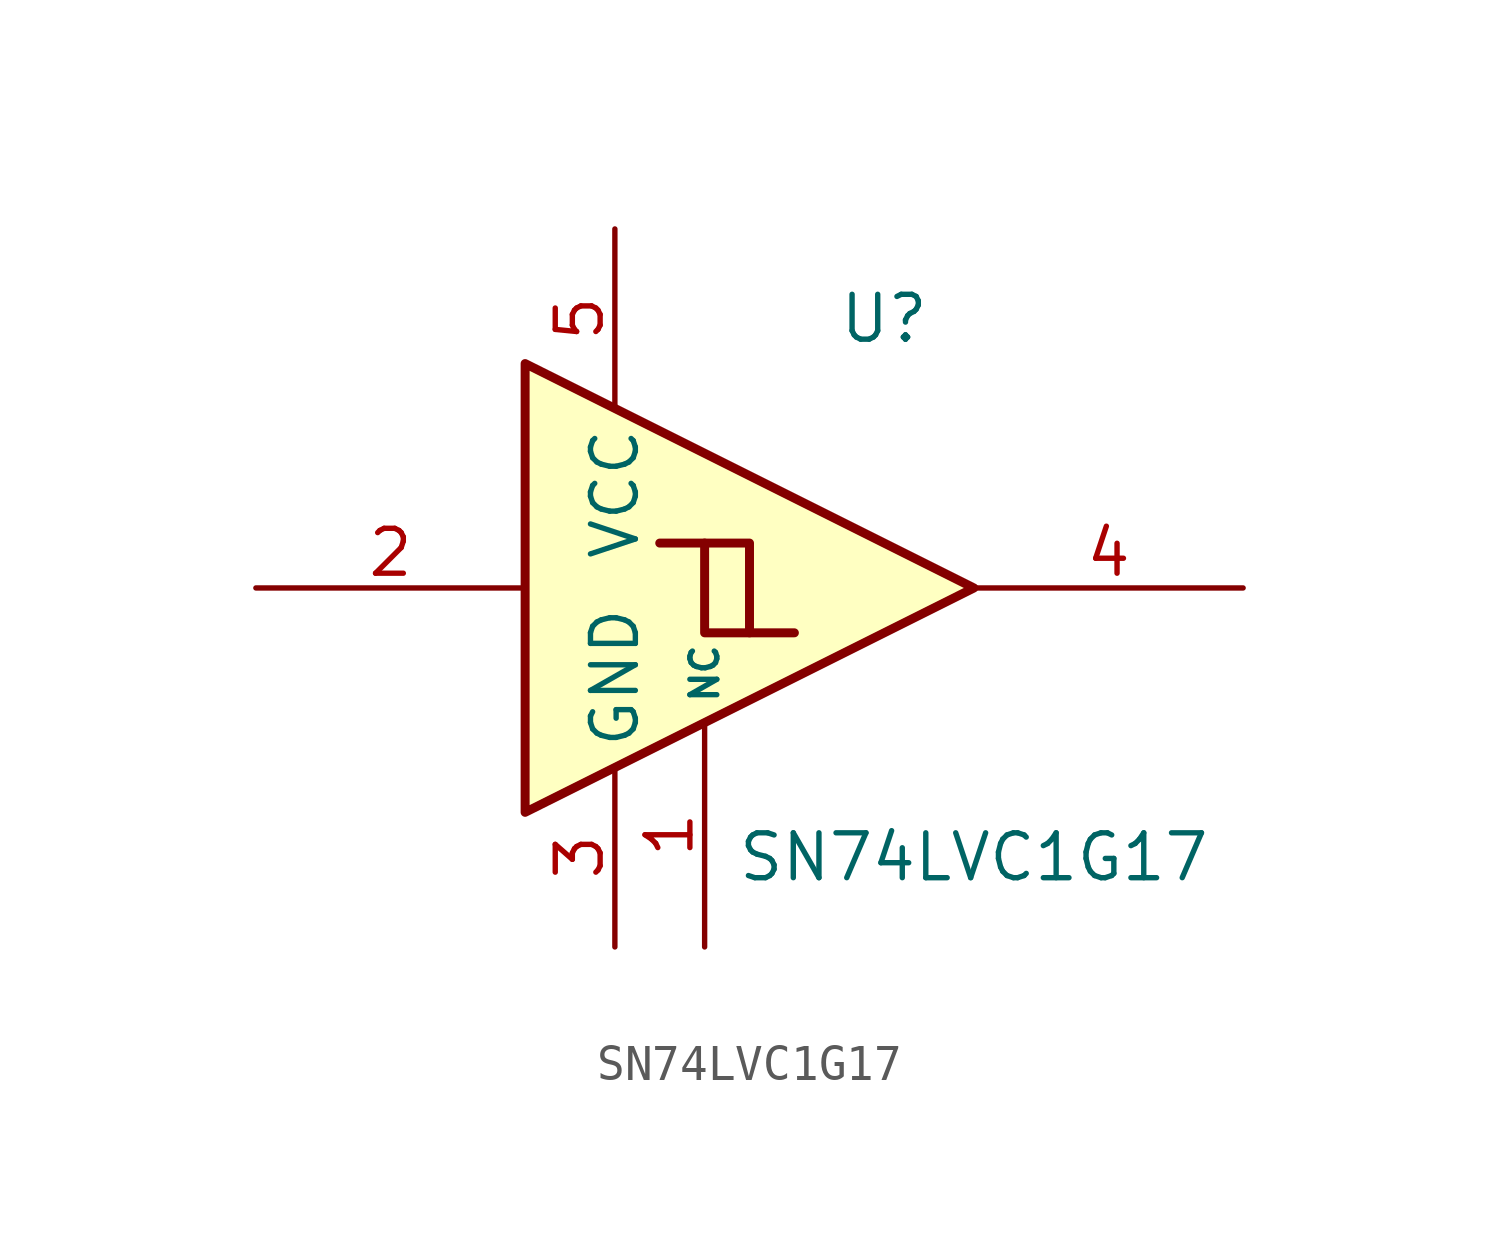
<source format=kicad_sym>
(kicad_symbol_lib
  (version 20220914)
  (generator kicad_symbol_editor)
  (symbol "SN74LVC1G17"
    (property "Reference" "U"
      (at 2.54 7.62 0)
      (effects (font (size 1.27 1.27))))
    (property "Value" "SN74LVC1G17"
      (at 5.08 -7.62 0)
      (effects (font (size 1.27 1.27))))
    (symbol "SN74LVC1G17_0_1"
      (polyline (pts (xy -2.54 1.27) (xy -1.27 1.27) (xy -1.27 -1.27)) (stroke (width 0.254) (type default)) (fill (type background)))
      (polyline (pts (xy -7.62 6.35) (xy -7.62 -6.35) (xy 5.08 0) (xy -7.62 6.35)) (stroke (width 0.254) (type default)) (fill (type background)))
      (polyline (pts (xy -3.81 1.27) (xy -2.54 1.27) (xy -2.54 -1.27) (xy 0 -1.27)) (stroke (width 0.254) (type default)) (fill (type background))))
    (symbol "SN74LVC1G17_1_1"
      (pin free line (at -2.54 -10.16 90) (length 6.35) (name "NC" (effects (font (size 0.762 0.762)))) (number "1" (effects (font (size 1.27 1.27)))))
      (pin input line (at -15.24 0 0) (length 7.62) (name "~" (effects (font (size 1.27 1.27)))) (number "2" (effects (font (size 1.27 1.27)))))
      (pin power_in line (at -5.08 -10.16 90) (length 5.08) (name "GND" (effects (font (size 1.27 1.27)))) (number "3" (effects (font (size 1.27 1.27)))))
      (pin output line (at 12.7 0 180) (length 7.62) (name "~" (effects (font (size 1.27 1.27)))) (number "4" (effects (font (size 1.27 1.27)))))
      (pin power_in line (at -5.08 10.16 270) (length 5.08) (name "VCC" (effects (font (size 1.27 1.27)))) (number "5" (effects (font (size 1.27 1.27))))))))
</source>
